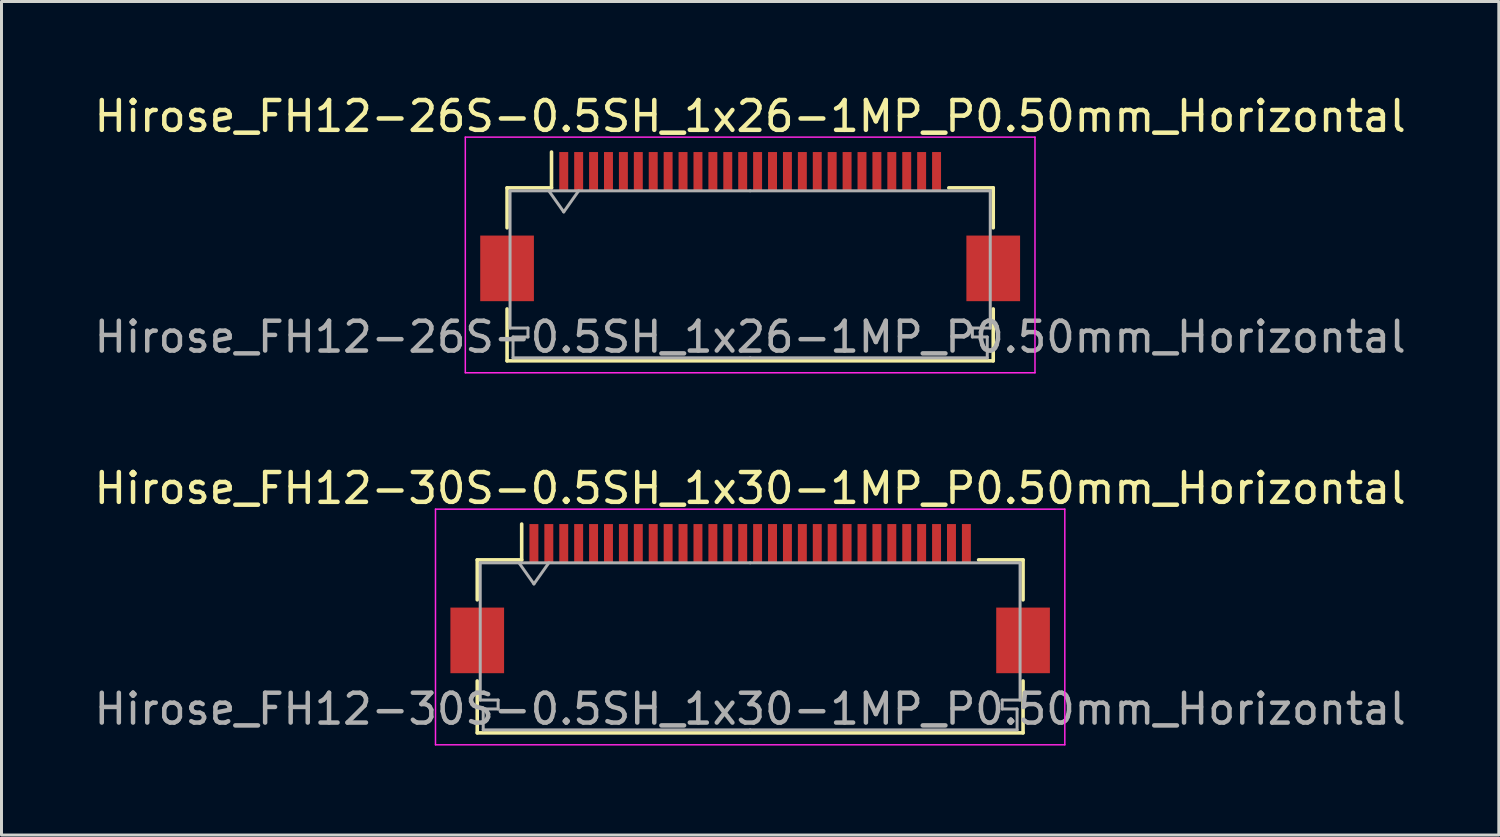
<source format=kicad_pcb>
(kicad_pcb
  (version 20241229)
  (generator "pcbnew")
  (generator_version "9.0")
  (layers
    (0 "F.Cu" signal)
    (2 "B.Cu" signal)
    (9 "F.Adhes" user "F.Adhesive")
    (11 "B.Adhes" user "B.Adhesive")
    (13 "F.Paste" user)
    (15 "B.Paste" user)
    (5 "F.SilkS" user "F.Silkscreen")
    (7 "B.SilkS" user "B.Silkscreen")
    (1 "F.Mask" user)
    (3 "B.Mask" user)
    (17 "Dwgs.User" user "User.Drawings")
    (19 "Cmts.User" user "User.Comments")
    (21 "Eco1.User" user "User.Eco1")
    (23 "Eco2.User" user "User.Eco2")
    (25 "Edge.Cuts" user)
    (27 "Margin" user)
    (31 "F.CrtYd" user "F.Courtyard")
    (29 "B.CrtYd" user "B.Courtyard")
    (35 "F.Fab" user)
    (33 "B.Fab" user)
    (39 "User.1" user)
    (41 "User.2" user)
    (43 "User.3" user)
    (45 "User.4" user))
  (footprint "Hirose_FH12-30S-0.5SH_1x30-1MP_P0.50mm_Horizontal"
    (layer "F.Cu")
    (at 22.101 17.021)
    (property "Reference" "Hirose_FH12-30S-0.5SH_1x30-1MP_P0.50mm_Horizontal" (at 0 -3.7 0) (layer "F.SilkS") (effects (font (size 1 1) (thickness 0.15))))
    (attr smd)
    (fp_line (start -9.15 -1.3) (end -9.15 0.04) (stroke (width 0.12) (type solid)) (layer "F.SilkS"))
    (fp_line (start -9.15 2.76) (end -9.15 4.5) (stroke (width 0.12) (type solid)) (layer "F.SilkS"))
    (fp_line (start -9.15 4.5) (end 9.15 4.5) (stroke (width 0.12) (type solid)) (layer "F.SilkS"))
    (fp_line (start -7.66 -1.3) (end -9.15 -1.3) (stroke (width 0.12) (type solid)) (layer "F.SilkS"))
    (fp_line (start -7.66 -1.3) (end -7.66 -2.5) (stroke (width 0.12) (type solid)) (layer "F.SilkS"))
    (fp_line (start 7.66 -1.3) (end 9.15 -1.3) (stroke (width 0.12) (type solid)) (layer "F.SilkS"))
    (fp_line (start 9.15 -1.3) (end 9.15 0.04) (stroke (width 0.12) (type solid)) (layer "F.SilkS"))
    (fp_line (start 9.15 4.5) (end 9.15 2.76) (stroke (width 0.12) (type solid)) (layer "F.SilkS"))
    (fp_line (start -10.55 -3) (end -10.55 4.9) (stroke (width 0.05) (type solid)) (layer "F.CrtYd"))
    (fp_line (start -10.55 4.9) (end 10.55 4.9) (stroke (width 0.05) (type solid)) (layer "F.CrtYd"))
    (fp_line (start 10.55 -3) (end -10.55 -3) (stroke (width 0.05) (type solid)) (layer "F.CrtYd"))
    (fp_line (start 10.55 4.9) (end 10.55 -3) (stroke (width 0.05) (type solid)) (layer "F.CrtYd"))
    (fp_line (start -9.05 -1.2) (end -9.05 3.4) (stroke (width 0.1) (type solid)) (layer "F.Fab"))
    (fp_line (start -9.05 3.4) (end -8.45 3.4) (stroke (width 0.1) (type solid)) (layer "F.Fab"))
    (fp_line (start -8.95 3.7) (end -8.95 4.4) (stroke (width 0.1) (type solid)) (layer "F.Fab"))
    (fp_line (start -8.95 4.4) (end 0 4.4) (stroke (width 0.1) (type solid)) (layer "F.Fab"))
    (fp_line (start -8.45 3.4) (end -8.45 3.7) (stroke (width 0.1) (type solid)) (layer "F.Fab"))
    (fp_line (start -8.45 3.7) (end -8.95 3.7) (stroke (width 0.1) (type solid)) (layer "F.Fab"))
    (fp_line (start -7.75 -1.2) (end -7.25 -0.493) (stroke (width 0.1) (type solid)) (layer "F.Fab"))
    (fp_line (start -7.25 -0.493) (end -6.75 -1.2) (stroke (width 0.1) (type solid)) (layer "F.Fab"))
    (fp_line (start 0 -1.2) (end -9.05 -1.2) (stroke (width 0.1) (type solid)) (layer "F.Fab"))
    (fp_line (start 0 -1.2) (end 9.05 -1.2) (stroke (width 0.1) (type solid)) (layer "F.Fab"))
    (fp_line (start 8.45 3.4) (end 8.45 3.7) (stroke (width 0.1) (type solid)) (layer "F.Fab"))
    (fp_line (start 8.45 3.7) (end 8.95 3.7) (stroke (width 0.1) (type solid)) (layer "F.Fab"))
    (fp_line (start 8.95 3.7) (end 8.95 4.4) (stroke (width 0.1) (type solid)) (layer "F.Fab"))
    (fp_line (start 8.95 4.4) (end 0 4.4) (stroke (width 0.1) (type solid)) (layer "F.Fab"))
    (fp_line (start 9.05 -1.2) (end 9.05 3.4) (stroke (width 0.1) (type solid)) (layer "F.Fab"))
    (fp_line (start 9.05 3.4) (end 8.45 3.4) (stroke (width 0.1) (type solid)) (layer "F.Fab"))
    (fp_text user "${REFERENCE}" (at 0 3.7 0) (layer "F.Fab") (effects (font (size 1 1) (thickness 0.15))))
    (pad "1" smd rect (at -7.25 -1.85) (size 0.3 1.3) (layers "F.Cu" "F.Mask" "F.Paste"))
    (pad "2" smd rect (at -6.75 -1.85) (size 0.3 1.3) (layers "F.Cu" "F.Mask" "F.Paste"))
    (pad "3" smd rect (at -6.25 -1.85) (size 0.3 1.3) (layers "F.Cu" "F.Mask" "F.Paste"))
    (pad "4" smd rect (at -5.75 -1.85) (size 0.3 1.3) (layers "F.Cu" "F.Mask" "F.Paste"))
    (pad "5" smd rect (at -5.25 -1.85) (size 0.3 1.3) (layers "F.Cu" "F.Mask" "F.Paste"))
    (pad "6" smd rect (at -4.75 -1.85) (size 0.3 1.3) (layers "F.Cu" "F.Mask" "F.Paste"))
    (pad "7" smd rect (at -4.25 -1.85) (size 0.3 1.3) (layers "F.Cu" "F.Mask" "F.Paste"))
    (pad "8" smd rect (at -3.75 -1.85) (size 0.3 1.3) (layers "F.Cu" "F.Mask" "F.Paste"))
    (pad "9" smd rect (at -3.25 -1.85) (size 0.3 1.3) (layers "F.Cu" "F.Mask" "F.Paste"))
    (pad "10" smd rect (at -2.75 -1.85) (size 0.3 1.3) (layers "F.Cu" "F.Mask" "F.Paste"))
    (pad "11" smd rect (at -2.25 -1.85) (size 0.3 1.3) (layers "F.Cu" "F.Mask" "F.Paste"))
    (pad "12" smd rect (at -1.75 -1.85) (size 0.3 1.3) (layers "F.Cu" "F.Mask" "F.Paste"))
    (pad "13" smd rect (at -1.25 -1.85) (size 0.3 1.3) (layers "F.Cu" "F.Mask" "F.Paste"))
    (pad "14" smd rect (at -0.75 -1.85) (size 0.3 1.3) (layers "F.Cu" "F.Mask" "F.Paste"))
    (pad "15" smd rect (at -0.25 -1.85) (size 0.3 1.3) (layers "F.Cu" "F.Mask" "F.Paste"))
    (pad "16" smd rect (at 0.25 -1.85) (size 0.3 1.3) (layers "F.Cu" "F.Mask" "F.Paste"))
    (pad "17" smd rect (at 0.75 -1.85) (size 0.3 1.3) (layers "F.Cu" "F.Mask" "F.Paste"))
    (pad "18" smd rect (at 1.25 -1.85) (size 0.3 1.3) (layers "F.Cu" "F.Mask" "F.Paste"))
    (pad "19" smd rect (at 1.75 -1.85) (size 0.3 1.3) (layers "F.Cu" "F.Mask" "F.Paste"))
    (pad "20" smd rect (at 2.25 -1.85) (size 0.3 1.3) (layers "F.Cu" "F.Mask" "F.Paste"))
    (pad "21" smd rect (at 2.75 -1.85) (size 0.3 1.3) (layers "F.Cu" "F.Mask" "F.Paste"))
    (pad "22" smd rect (at 3.25 -1.85) (size 0.3 1.3) (layers "F.Cu" "F.Mask" "F.Paste"))
    (pad "23" smd rect (at 3.75 -1.85) (size 0.3 1.3) (layers "F.Cu" "F.Mask" "F.Paste"))
    (pad "24" smd rect (at 4.25 -1.85) (size 0.3 1.3) (layers "F.Cu" "F.Mask" "F.Paste"))
    (pad "25" smd rect (at 4.75 -1.85) (size 0.3 1.3) (layers "F.Cu" "F.Mask" "F.Paste"))
    (pad "26" smd rect (at 5.25 -1.85) (size 0.3 1.3) (layers "F.Cu" "F.Mask" "F.Paste"))
    (pad "27" smd rect (at 5.75 -1.85) (size 0.3 1.3) (layers "F.Cu" "F.Mask" "F.Paste"))
    (pad "28" smd rect (at 6.25 -1.85) (size 0.3 1.3) (layers "F.Cu" "F.Mask" "F.Paste"))
    (pad "29" smd rect (at 6.75 -1.85) (size 0.3 1.3) (layers "F.Cu" "F.Mask" "F.Paste"))
    (pad "30" smd rect (at 7.25 -1.85) (size 0.3 1.3) (layers "F.Cu" "F.Mask" "F.Paste"))
    (pad "MP" smd rect (at -9.15 1.4) (size 1.8 2.2) (layers "F.Cu" "F.Mask" "F.Paste"))
    (pad "MP" smd rect (at 9.15 1.4) (size 1.8 2.2) (layers "F.Cu" "F.Mask" "F.Paste")))
  (footprint "Hirose_FH12-26S-0.5SH_1x26-1MP_P0.50mm_Horizontal"
    (layer "F.Cu")
    (at 22.101 4.548)
    (property "Reference" "Hirose_FH12-26S-0.5SH_1x26-1MP_P0.50mm_Horizontal" (at 0 -3.7 0) (layer "F.SilkS") (effects (font (size 1 1) (thickness 0.15))))
    (attr smd)
    (fp_line (start -8.15 -1.3) (end -8.15 0.04) (stroke (width 0.12) (type solid)) (layer "F.SilkS"))
    (fp_line (start -8.15 2.76) (end -8.15 4.5) (stroke (width 0.12) (type solid)) (layer "F.SilkS"))
    (fp_line (start -8.15 4.5) (end 8.15 4.5) (stroke (width 0.12) (type solid)) (layer "F.SilkS"))
    (fp_line (start -6.66 -1.3) (end -8.15 -1.3) (stroke (width 0.12) (type solid)) (layer "F.SilkS"))
    (fp_line (start -6.66 -1.3) (end -6.66 -2.5) (stroke (width 0.12) (type solid)) (layer "F.SilkS"))
    (fp_line (start 6.66 -1.3) (end 8.15 -1.3) (stroke (width 0.12) (type solid)) (layer "F.SilkS"))
    (fp_line (start 8.15 -1.3) (end 8.15 0.04) (stroke (width 0.12) (type solid)) (layer "F.SilkS"))
    (fp_line (start 8.15 4.5) (end 8.15 2.76) (stroke (width 0.12) (type solid)) (layer "F.SilkS"))
    (fp_line (start -9.55 -3) (end -9.55 4.9) (stroke (width 0.05) (type solid)) (layer "F.CrtYd"))
    (fp_line (start -9.55 4.9) (end 9.55 4.9) (stroke (width 0.05) (type solid)) (layer "F.CrtYd"))
    (fp_line (start 9.55 -3) (end -9.55 -3) (stroke (width 0.05) (type solid)) (layer "F.CrtYd"))
    (fp_line (start 9.55 4.9) (end 9.55 -3) (stroke (width 0.05) (type solid)) (layer "F.CrtYd"))
    (fp_line (start -8.05 -1.2) (end -8.05 3.4) (stroke (width 0.1) (type solid)) (layer "F.Fab"))
    (fp_line (start -8.05 3.4) (end -7.45 3.4) (stroke (width 0.1) (type solid)) (layer "F.Fab"))
    (fp_line (start -7.95 3.7) (end -7.95 4.4) (stroke (width 0.1) (type solid)) (layer "F.Fab"))
    (fp_line (start -7.95 4.4) (end 0 4.4) (stroke (width 0.1) (type solid)) (layer "F.Fab"))
    (fp_line (start -7.45 3.4) (end -7.45 3.7) (stroke (width 0.1) (type solid)) (layer "F.Fab"))
    (fp_line (start -7.45 3.7) (end -7.95 3.7) (stroke (width 0.1) (type solid)) (layer "F.Fab"))
    (fp_line (start -6.75 -1.2) (end -6.25 -0.493) (stroke (width 0.1) (type solid)) (layer "F.Fab"))
    (fp_line (start -6.25 -0.493) (end -5.75 -1.2) (stroke (width 0.1) (type solid)) (layer "F.Fab"))
    (fp_line (start 0 -1.2) (end -8.05 -1.2) (stroke (width 0.1) (type solid)) (layer "F.Fab"))
    (fp_line (start 0 -1.2) (end 8.05 -1.2) (stroke (width 0.1) (type solid)) (layer "F.Fab"))
    (fp_line (start 7.45 3.4) (end 7.45 3.7) (stroke (width 0.1) (type solid)) (layer "F.Fab"))
    (fp_line (start 7.45 3.7) (end 7.95 3.7) (stroke (width 0.1) (type solid)) (layer "F.Fab"))
    (fp_line (start 7.95 3.7) (end 7.95 4.4) (stroke (width 0.1) (type solid)) (layer "F.Fab"))
    (fp_line (start 7.95 4.4) (end 0 4.4) (stroke (width 0.1) (type solid)) (layer "F.Fab"))
    (fp_line (start 8.05 -1.2) (end 8.05 3.4) (stroke (width 0.1) (type solid)) (layer "F.Fab"))
    (fp_line (start 8.05 3.4) (end 7.45 3.4) (stroke (width 0.1) (type solid)) (layer "F.Fab"))
    (fp_text user "${REFERENCE}" (at 0 3.7 0) (layer "F.Fab") (effects (font (size 1 1) (thickness 0.15))))
    (pad "1" smd rect (at -6.25 -1.85) (size 0.3 1.3) (layers "F.Cu" "F.Mask" "F.Paste"))
    (pad "2" smd rect (at -5.75 -1.85) (size 0.3 1.3) (layers "F.Cu" "F.Mask" "F.Paste"))
    (pad "3" smd rect (at -5.25 -1.85) (size 0.3 1.3) (layers "F.Cu" "F.Mask" "F.Paste"))
    (pad "4" smd rect (at -4.75 -1.85) (size 0.3 1.3) (layers "F.Cu" "F.Mask" "F.Paste"))
    (pad "5" smd rect (at -4.25 -1.85) (size 0.3 1.3) (layers "F.Cu" "F.Mask" "F.Paste"))
    (pad "6" smd rect (at -3.75 -1.85) (size 0.3 1.3) (layers "F.Cu" "F.Mask" "F.Paste"))
    (pad "7" smd rect (at -3.25 -1.85) (size 0.3 1.3) (layers "F.Cu" "F.Mask" "F.Paste"))
    (pad "8" smd rect (at -2.75 -1.85) (size 0.3 1.3) (layers "F.Cu" "F.Mask" "F.Paste"))
    (pad "9" smd rect (at -2.25 -1.85) (size 0.3 1.3) (layers "F.Cu" "F.Mask" "F.Paste"))
    (pad "10" smd rect (at -1.75 -1.85) (size 0.3 1.3) (layers "F.Cu" "F.Mask" "F.Paste"))
    (pad "11" smd rect (at -1.25 -1.85) (size 0.3 1.3) (layers "F.Cu" "F.Mask" "F.Paste"))
    (pad "12" smd rect (at -0.75 -1.85) (size 0.3 1.3) (layers "F.Cu" "F.Mask" "F.Paste"))
    (pad "13" smd rect (at -0.25 -1.85) (size 0.3 1.3) (layers "F.Cu" "F.Mask" "F.Paste"))
    (pad "14" smd rect (at 0.25 -1.85) (size 0.3 1.3) (layers "F.Cu" "F.Mask" "F.Paste"))
    (pad "15" smd rect (at 0.75 -1.85) (size 0.3 1.3) (layers "F.Cu" "F.Mask" "F.Paste"))
    (pad "16" smd rect (at 1.25 -1.85) (size 0.3 1.3) (layers "F.Cu" "F.Mask" "F.Paste"))
    (pad "17" smd rect (at 1.75 -1.85) (size 0.3 1.3) (layers "F.Cu" "F.Mask" "F.Paste"))
    (pad "18" smd rect (at 2.25 -1.85) (size 0.3 1.3) (layers "F.Cu" "F.Mask" "F.Paste"))
    (pad "19" smd rect (at 2.75 -1.85) (size 0.3 1.3) (layers "F.Cu" "F.Mask" "F.Paste"))
    (pad "20" smd rect (at 3.25 -1.85) (size 0.3 1.3) (layers "F.Cu" "F.Mask" "F.Paste"))
    (pad "21" smd rect (at 3.75 -1.85) (size 0.3 1.3) (layers "F.Cu" "F.Mask" "F.Paste"))
    (pad "22" smd rect (at 4.25 -1.85) (size 0.3 1.3) (layers "F.Cu" "F.Mask" "F.Paste"))
    (pad "23" smd rect (at 4.75 -1.85) (size 0.3 1.3) (layers "F.Cu" "F.Mask" "F.Paste"))
    (pad "24" smd rect (at 5.25 -1.85) (size 0.3 1.3) (layers "F.Cu" "F.Mask" "F.Paste"))
    (pad "25" smd rect (at 5.75 -1.85) (size 0.3 1.3) (layers "F.Cu" "F.Mask" "F.Paste"))
    (pad "26" smd rect (at 6.25 -1.85) (size 0.3 1.3) (layers "F.Cu" "F.Mask" "F.Paste"))
    (pad "MP" smd rect (at -8.15 1.4) (size 1.8 2.2) (layers "F.Cu" "F.Mask" "F.Paste"))
    (pad "MP" smd rect (at 8.15 1.4) (size 1.8 2.2) (layers "F.Cu" "F.Mask" "F.Paste")))
  (gr_rect
    (start -3 -3)
    (end 47.202 24.947)
    (stroke (width 0.1) (type default))
    (fill no)
    (layer "Edge.Cuts")))
</source>
